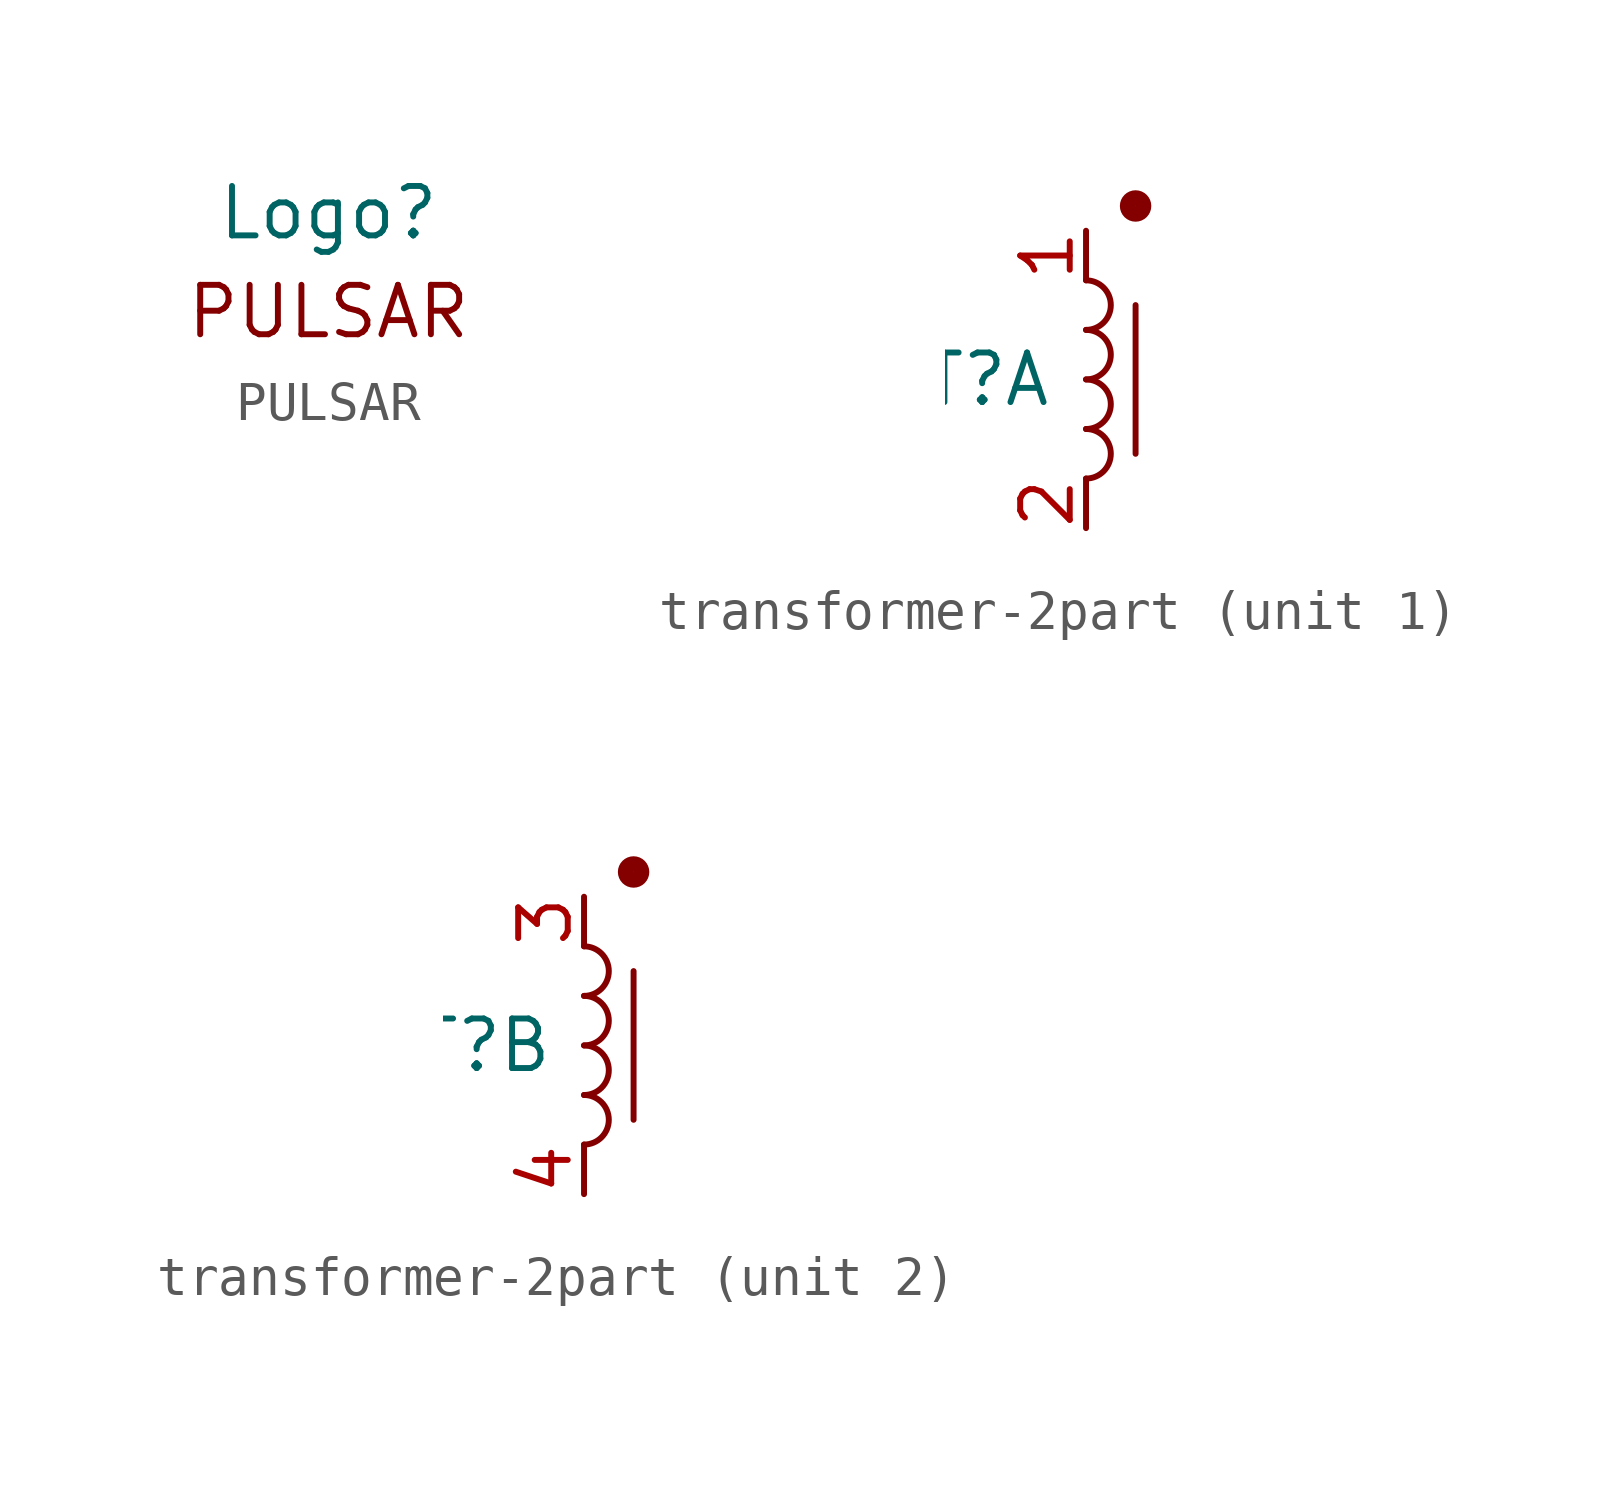
<source format=kicad_sym>
(kicad_symbol_lib
  (version 20231120)
  (generator "kicad_symbol_editor")
  (generator_version "8.0")
  (symbol "PULSAR"
    (property "Reference" "Logo"
      (at 0 2.54 0)
      (effects (font (size 1.27 1.27))))
    (property "Value" ""
      (at 0 0 0)
      (effects (font (size 1.27 1.27))))
    (symbol "PULSAR_1_1"
      (text "PULSAR" (at 0 0 0) (effects (font (size 1.27 1.27))))))
  (symbol "transformer-2part"
    (pin_names
      (offset 0.002) hide)
    (property "Reference" "T"
      (at -2.54 0 0)
      (effects (font (size 1.27 1.27))))
    (property "Value" ""
      (at -2.54 0 0)
      (effects (font (size 1.27 1.27))))
    (property "ki_locked" ""
      (at 0 0 0)
      (effects (font (size 1.27 1.27))))
    (symbol "transformer-2part_0_1"
      (arc (start 0 -2.54) (mid 0.6323 -1.905) (end 0 -1.27) (stroke (width 0) (type default)) (fill (type none)))
      (arc (start 0 -1.27) (mid 0.6323 -0.635) (end 0 0) (stroke (width 0) (type default)) (fill (type none)))
      (arc (start 0 0) (mid 0.6323 0.635) (end 0 1.27) (stroke (width 0) (type default)) (fill (type none)))
      (arc (start 0 1.27) (mid 0.6323 1.905) (end 0 2.54) (stroke (width 0) (type default)) (fill (type none))))
    (symbol "transformer-2part_1_1"
      (polyline (pts (xy 1.27 1.905) (xy 1.27 -1.905)) (stroke (width 0) (type default)) (fill (type none)))
      (circle (center 1.27 4.445) (radius 0.203) (stroke (width 0.4) (type default)) (fill (type none)))
      (pin passive line (at 0 3.81 270) (length 1.27) (name "1" (effects (font (size 1.27 1.27)))) (number "1" (effects (font (size 1.27 1.27)))))
      (pin passive line (at 0 -3.81 90) (length 1.27) (name "2" (effects (font (size 1.27 1.27)))) (number "2" (effects (font (size 1.27 1.27))))))
    (symbol "transformer-2part_2_1"
      (polyline (pts (xy 1.27 1.905) (xy 1.27 -1.905)) (stroke (width 0) (type default)) (fill (type none)))
      (circle (center 1.27 4.445) (radius 0.203) (stroke (width 0.4) (type default)) (fill (type none)))
      (pin passive line (at 0 3.81 270) (length 1.27) (name "3" (effects (font (size 1.27 1.27)))) (number "3" (effects (font (size 1.27 1.27)))))
      (pin passive line (at 0 -3.81 90) (length 1.27) (name "4" (effects (font (size 1.27 1.27)))) (number "4" (effects (font (size 1.27 1.27))))))))
</source>
